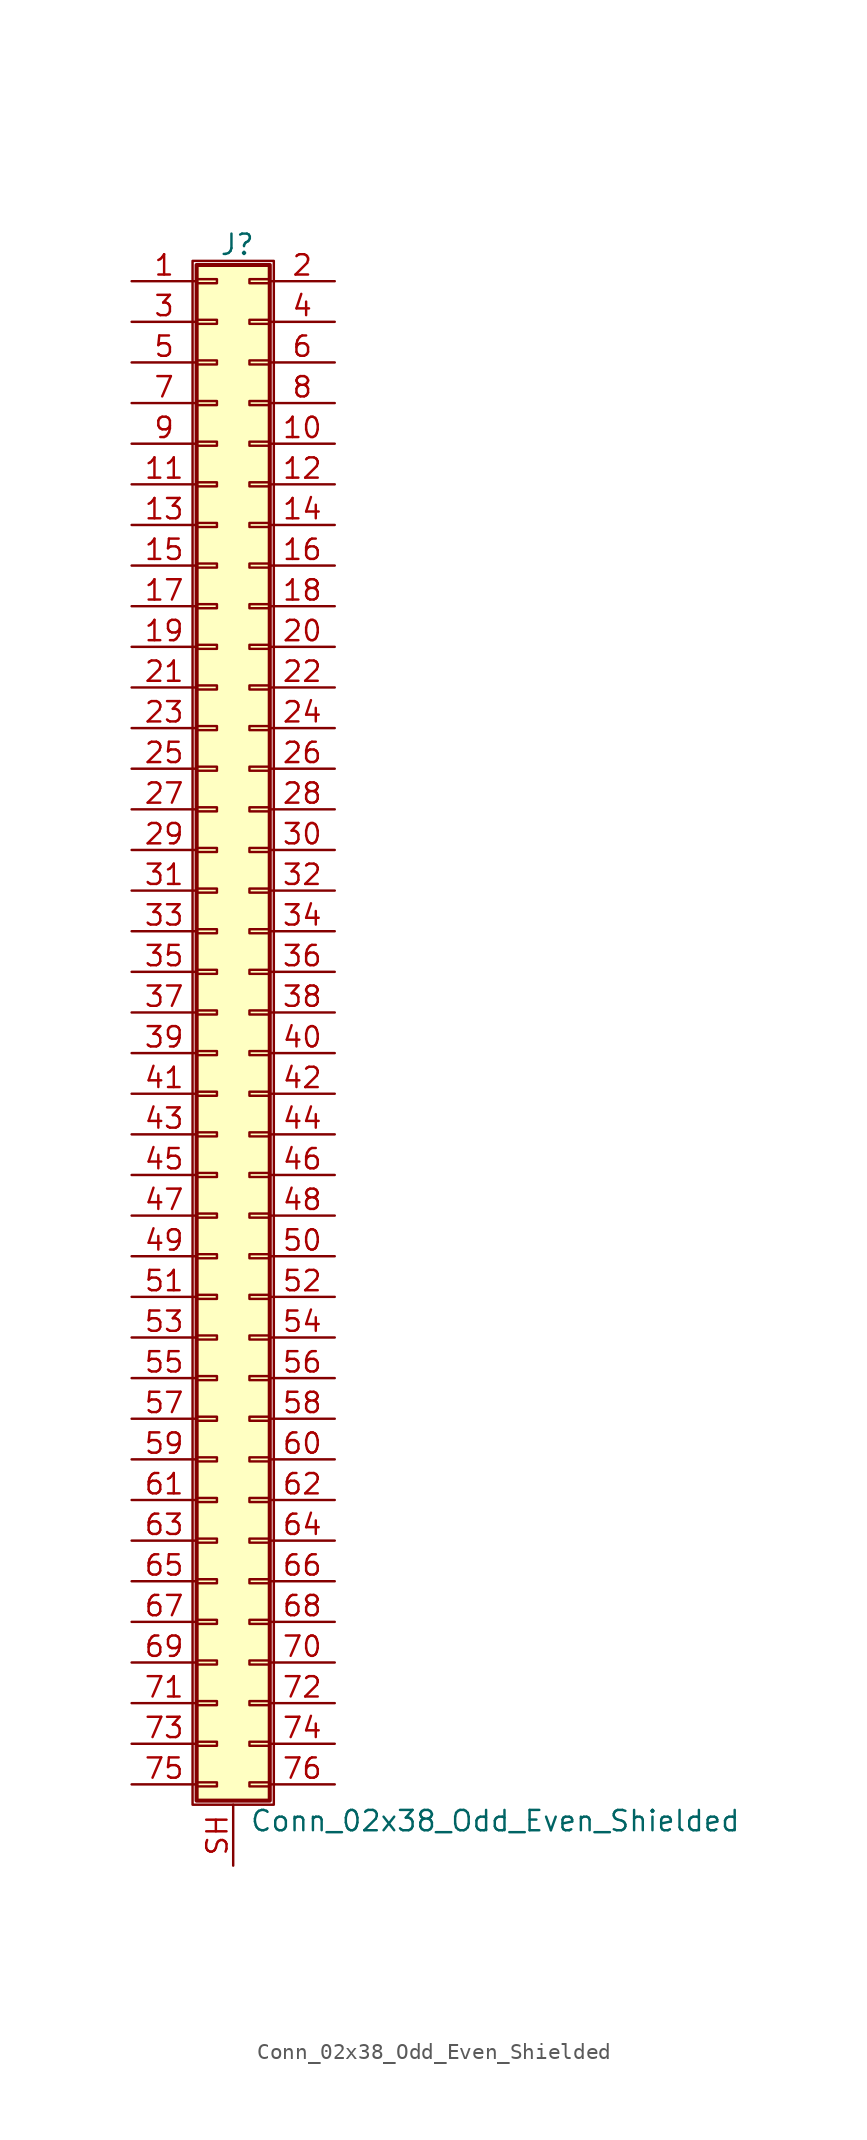
<source format=kicad_sym>
(kicad_symbol_lib
  (version 20201005)
  (generator kicad_symbol_editor)
  (symbol "Conn_02x38_Odd_Even_Shielded"
    (pin_names
      (offset 1.016) hide)
    (property "Reference" "J"
      (at 1.524 48.006 0)
      (effects (font (size 1.27 1.27))))
    (property "Value" "Conn_02x38_Odd_Even_Shielded"
      (at 2.286 -50.546 0)
      (effects (font (size 1.27 1.27)) (justify left)))
    (symbol "Conn_02x38_Odd_Even_Shielded_1_1"
      (rectangle (start -1.27 46.99) (end 3.81 -49.53) (stroke (width 0.152)) (fill (type none)))
      (rectangle (start -1.016 -48.133) (end 0.254 -48.387) (stroke (width 0.152)) (fill (type none)))
      (rectangle (start -1.016 -45.593) (end 0.254 -45.847) (stroke (width 0.152)) (fill (type none)))
      (rectangle (start -1.016 -43.053) (end 0.254 -43.307) (stroke (width 0.152)) (fill (type none)))
      (rectangle (start -1.016 -40.513) (end 0.254 -40.767) (stroke (width 0.152)) (fill (type none)))
      (rectangle (start -1.016 -37.973) (end 0.254 -38.227) (stroke (width 0.152)) (fill (type none)))
      (rectangle (start -1.016 -35.433) (end 0.254 -35.687) (stroke (width 0.152)) (fill (type none)))
      (rectangle (start -1.016 -32.893) (end 0.254 -33.147) (stroke (width 0.152)) (fill (type none)))
      (rectangle (start -1.016 -30.353) (end 0.254 -30.607) (stroke (width 0.152)) (fill (type none)))
      (rectangle (start -1.016 -27.813) (end 0.254 -28.067) (stroke (width 0.152)) (fill (type none)))
      (rectangle (start -1.016 -25.273) (end 0.254 -25.527) (stroke (width 0.152)) (fill (type none)))
      (rectangle (start -1.016 -22.733) (end 0.254 -22.987) (stroke (width 0.152)) (fill (type none)))
      (rectangle (start -1.016 -20.193) (end 0.254 -20.447) (stroke (width 0.152)) (fill (type none)))
      (rectangle (start -1.016 -17.653) (end 0.254 -17.907) (stroke (width 0.152)) (fill (type none)))
      (rectangle (start -1.016 -15.113) (end 0.254 -15.367) (stroke (width 0.152)) (fill (type none)))
      (rectangle (start -1.016 -12.573) (end 0.254 -12.827) (stroke (width 0.152)) (fill (type none)))
      (rectangle (start -1.016 -10.033) (end 0.254 -10.287) (stroke (width 0.152)) (fill (type none)))
      (rectangle (start -1.016 -7.493) (end 0.254 -7.747) (stroke (width 0.152)) (fill (type none)))
      (rectangle (start -1.016 -4.953) (end 0.254 -5.207) (stroke (width 0.152)) (fill (type none)))
      (rectangle (start -1.016 -2.413) (end 0.254 -2.667) (stroke (width 0.152)) (fill (type none)))
      (rectangle (start -1.016 0.127) (end 0.254 -0.127) (stroke (width 0.152)) (fill (type none)))
      (rectangle (start -1.016 2.667) (end 0.254 2.413) (stroke (width 0.152)) (fill (type none)))
      (rectangle (start -1.016 5.207) (end 0.254 4.953) (stroke (width 0.152)) (fill (type none)))
      (rectangle (start -1.016 7.747) (end 0.254 7.493) (stroke (width 0.152)) (fill (type none)))
      (rectangle (start -1.016 10.287) (end 0.254 10.033) (stroke (width 0.152)) (fill (type none)))
      (rectangle (start -1.016 12.827) (end 0.254 12.573) (stroke (width 0.152)) (fill (type none)))
      (rectangle (start -1.016 15.367) (end 0.254 15.113) (stroke (width 0.152)) (fill (type none)))
      (rectangle (start -1.016 17.907) (end 0.254 17.653) (stroke (width 0.152)) (fill (type none)))
      (rectangle (start -1.016 20.447) (end 0.254 20.193) (stroke (width 0.152)) (fill (type none)))
      (rectangle (start -1.016 22.987) (end 0.254 22.733) (stroke (width 0.152)) (fill (type none)))
      (rectangle (start -1.016 25.527) (end 0.254 25.273) (stroke (width 0.152)) (fill (type none)))
      (rectangle (start -1.016 28.067) (end 0.254 27.813) (stroke (width 0.152)) (fill (type none)))
      (rectangle (start -1.016 30.607) (end 0.254 30.353) (stroke (width 0.152)) (fill (type none)))
      (rectangle (start -1.016 33.147) (end 0.254 32.893) (stroke (width 0.152)) (fill (type none)))
      (rectangle (start -1.016 35.687) (end 0.254 35.433) (stroke (width 0.152)) (fill (type none)))
      (rectangle (start -1.016 38.227) (end 0.254 37.973) (stroke (width 0.152)) (fill (type none)))
      (rectangle (start -1.016 40.767) (end 0.254 40.513) (stroke (width 0.152)) (fill (type none)))
      (rectangle (start -1.016 43.307) (end 0.254 43.053) (stroke (width 0.152)) (fill (type none)))
      (rectangle (start -1.016 45.847) (end 0.254 45.593) (stroke (width 0.152)) (fill (type none)))
      (rectangle (start -1.016 46.736) (end 3.556 -49.276) (stroke (width 0.254)) (fill (type background)))
      (rectangle (start 3.556 -48.133) (end 2.286 -48.387) (stroke (width 0.152)) (fill (type none)))
      (rectangle (start 3.556 -45.593) (end 2.286 -45.847) (stroke (width 0.152)) (fill (type none)))
      (rectangle (start 3.556 -43.053) (end 2.286 -43.307) (stroke (width 0.152)) (fill (type none)))
      (rectangle (start 3.556 -40.513) (end 2.286 -40.767) (stroke (width 0.152)) (fill (type none)))
      (rectangle (start 3.556 -37.973) (end 2.286 -38.227) (stroke (width 0.152)) (fill (type none)))
      (rectangle (start 3.556 -35.433) (end 2.286 -35.687) (stroke (width 0.152)) (fill (type none)))
      (rectangle (start 3.556 -32.893) (end 2.286 -33.147) (stroke (width 0.152)) (fill (type none)))
      (rectangle (start 3.556 -30.353) (end 2.286 -30.607) (stroke (width 0.152)) (fill (type none)))
      (rectangle (start 3.556 -27.813) (end 2.286 -28.067) (stroke (width 0.152)) (fill (type none)))
      (rectangle (start 3.556 -25.273) (end 2.286 -25.527) (stroke (width 0.152)) (fill (type none)))
      (rectangle (start 3.556 -22.733) (end 2.286 -22.987) (stroke (width 0.152)) (fill (type none)))
      (rectangle (start 3.556 -20.193) (end 2.286 -20.447) (stroke (width 0.152)) (fill (type none)))
      (rectangle (start 3.556 -17.653) (end 2.286 -17.907) (stroke (width 0.152)) (fill (type none)))
      (rectangle (start 3.556 -15.113) (end 2.286 -15.367) (stroke (width 0.152)) (fill (type none)))
      (rectangle (start 3.556 -12.573) (end 2.286 -12.827) (stroke (width 0.152)) (fill (type none)))
      (rectangle (start 3.556 -10.033) (end 2.286 -10.287) (stroke (width 0.152)) (fill (type none)))
      (rectangle (start 3.556 -7.493) (end 2.286 -7.747) (stroke (width 0.152)) (fill (type none)))
      (rectangle (start 3.556 -4.953) (end 2.286 -5.207) (stroke (width 0.152)) (fill (type none)))
      (rectangle (start 3.556 -2.413) (end 2.286 -2.667) (stroke (width 0.152)) (fill (type none)))
      (rectangle (start 3.556 0.127) (end 2.286 -0.127) (stroke (width 0.152)) (fill (type none)))
      (rectangle (start 3.556 2.667) (end 2.286 2.413) (stroke (width 0.152)) (fill (type none)))
      (rectangle (start 3.556 5.207) (end 2.286 4.953) (stroke (width 0.152)) (fill (type none)))
      (rectangle (start 3.556 7.747) (end 2.286 7.493) (stroke (width 0.152)) (fill (type none)))
      (rectangle (start 3.556 10.287) (end 2.286 10.033) (stroke (width 0.152)) (fill (type none)))
      (rectangle (start 3.556 12.827) (end 2.286 12.573) (stroke (width 0.152)) (fill (type none)))
      (rectangle (start 3.556 15.367) (end 2.286 15.113) (stroke (width 0.152)) (fill (type none)))
      (rectangle (start 3.556 17.907) (end 2.286 17.653) (stroke (width 0.152)) (fill (type none)))
      (rectangle (start 3.556 20.447) (end 2.286 20.193) (stroke (width 0.152)) (fill (type none)))
      (rectangle (start 3.556 22.987) (end 2.286 22.733) (stroke (width 0.152)) (fill (type none)))
      (rectangle (start 3.556 25.527) (end 2.286 25.273) (stroke (width 0.152)) (fill (type none)))
      (rectangle (start 3.556 28.067) (end 2.286 27.813) (stroke (width 0.152)) (fill (type none)))
      (rectangle (start 3.556 30.607) (end 2.286 30.353) (stroke (width 0.152)) (fill (type none)))
      (rectangle (start 3.556 33.147) (end 2.286 32.893) (stroke (width 0.152)) (fill (type none)))
      (rectangle (start 3.556 35.687) (end 2.286 35.433) (stroke (width 0.152)) (fill (type none)))
      (rectangle (start 3.556 38.227) (end 2.286 37.973) (stroke (width 0.152)) (fill (type none)))
      (rectangle (start 3.556 40.767) (end 2.286 40.513) (stroke (width 0.152)) (fill (type none)))
      (rectangle (start 3.556 43.307) (end 2.286 43.053) (stroke (width 0.152)) (fill (type none)))
      (rectangle (start 3.556 45.847) (end 2.286 45.593) (stroke (width 0.152)) (fill (type none)))
      (pin passive line (at -5.08 45.72 0) (length 4.064) (name "Pin_1" (effects (font (size 1.27 1.27)))) (number "1" (effects (font (size 1.27 1.27)))))
      (pin passive line (at 7.62 35.56 180) (length 4.064) (name "Pin_10" (effects (font (size 1.27 1.27)))) (number "10" (effects (font (size 1.27 1.27)))))
      (pin passive line (at -5.08 33.02 0) (length 4.064) (name "Pin_11" (effects (font (size 1.27 1.27)))) (number "11" (effects (font (size 1.27 1.27)))))
      (pin passive line (at 7.62 33.02 180) (length 4.064) (name "Pin_12" (effects (font (size 1.27 1.27)))) (number "12" (effects (font (size 1.27 1.27)))))
      (pin passive line (at -5.08 30.48 0) (length 4.064) (name "Pin_13" (effects (font (size 1.27 1.27)))) (number "13" (effects (font (size 1.27 1.27)))))
      (pin passive line (at 7.62 30.48 180) (length 4.064) (name "Pin_14" (effects (font (size 1.27 1.27)))) (number "14" (effects (font (size 1.27 1.27)))))
      (pin passive line (at -5.08 27.94 0) (length 4.064) (name "Pin_15" (effects (font (size 1.27 1.27)))) (number "15" (effects (font (size 1.27 1.27)))))
      (pin passive line (at 7.62 27.94 180) (length 4.064) (name "Pin_16" (effects (font (size 1.27 1.27)))) (number "16" (effects (font (size 1.27 1.27)))))
      (pin passive line (at -5.08 25.4 0) (length 4.064) (name "Pin_17" (effects (font (size 1.27 1.27)))) (number "17" (effects (font (size 1.27 1.27)))))
      (pin passive line (at 7.62 25.4 180) (length 4.064) (name "Pin_18" (effects (font (size 1.27 1.27)))) (number "18" (effects (font (size 1.27 1.27)))))
      (pin passive line (at -5.08 22.86 0) (length 4.064) (name "Pin_19" (effects (font (size 1.27 1.27)))) (number "19" (effects (font (size 1.27 1.27)))))
      (pin passive line (at 7.62 45.72 180) (length 4.064) (name "Pin_2" (effects (font (size 1.27 1.27)))) (number "2" (effects (font (size 1.27 1.27)))))
      (pin passive line (at 7.62 22.86 180) (length 4.064) (name "Pin_20" (effects (font (size 1.27 1.27)))) (number "20" (effects (font (size 1.27 1.27)))))
      (pin passive line (at -5.08 20.32 0) (length 4.064) (name "Pin_21" (effects (font (size 1.27 1.27)))) (number "21" (effects (font (size 1.27 1.27)))))
      (pin passive line (at 7.62 20.32 180) (length 4.064) (name "Pin_22" (effects (font (size 1.27 1.27)))) (number "22" (effects (font (size 1.27 1.27)))))
      (pin passive line (at -5.08 17.78 0) (length 4.064) (name "Pin_23" (effects (font (size 1.27 1.27)))) (number "23" (effects (font (size 1.27 1.27)))))
      (pin passive line (at 7.62 17.78 180) (length 4.064) (name "Pin_24" (effects (font (size 1.27 1.27)))) (number "24" (effects (font (size 1.27 1.27)))))
      (pin passive line (at -5.08 15.24 0) (length 4.064) (name "Pin_25" (effects (font (size 1.27 1.27)))) (number "25" (effects (font (size 1.27 1.27)))))
      (pin passive line (at 7.62 15.24 180) (length 4.064) (name "Pin_26" (effects (font (size 1.27 1.27)))) (number "26" (effects (font (size 1.27 1.27)))))
      (pin passive line (at -5.08 12.7 0) (length 4.064) (name "Pin_27" (effects (font (size 1.27 1.27)))) (number "27" (effects (font (size 1.27 1.27)))))
      (pin passive line (at 7.62 12.7 180) (length 4.064) (name "Pin_28" (effects (font (size 1.27 1.27)))) (number "28" (effects (font (size 1.27 1.27)))))
      (pin passive line (at -5.08 10.16 0) (length 4.064) (name "Pin_29" (effects (font (size 1.27 1.27)))) (number "29" (effects (font (size 1.27 1.27)))))
      (pin passive line (at -5.08 43.18 0) (length 4.064) (name "Pin_3" (effects (font (size 1.27 1.27)))) (number "3" (effects (font (size 1.27 1.27)))))
      (pin passive line (at 7.62 10.16 180) (length 4.064) (name "Pin_30" (effects (font (size 1.27 1.27)))) (number "30" (effects (font (size 1.27 1.27)))))
      (pin passive line (at -5.08 7.62 0) (length 4.064) (name "Pin_31" (effects (font (size 1.27 1.27)))) (number "31" (effects (font (size 1.27 1.27)))))
      (pin passive line (at 7.62 7.62 180) (length 4.064) (name "Pin_32" (effects (font (size 1.27 1.27)))) (number "32" (effects (font (size 1.27 1.27)))))
      (pin passive line (at -5.08 5.08 0) (length 4.064) (name "Pin_33" (effects (font (size 1.27 1.27)))) (number "33" (effects (font (size 1.27 1.27)))))
      (pin passive line (at 7.62 5.08 180) (length 4.064) (name "Pin_34" (effects (font (size 1.27 1.27)))) (number "34" (effects (font (size 1.27 1.27)))))
      (pin passive line (at -5.08 2.54 0) (length 4.064) (name "Pin_35" (effects (font (size 1.27 1.27)))) (number "35" (effects (font (size 1.27 1.27)))))
      (pin passive line (at 7.62 2.54 180) (length 4.064) (name "Pin_36" (effects (font (size 1.27 1.27)))) (number "36" (effects (font (size 1.27 1.27)))))
      (pin passive line (at -5.08 0 0) (length 4.064) (name "Pin_37" (effects (font (size 1.27 1.27)))) (number "37" (effects (font (size 1.27 1.27)))))
      (pin passive line (at 7.62 0 180) (length 4.064) (name "Pin_38" (effects (font (size 1.27 1.27)))) (number "38" (effects (font (size 1.27 1.27)))))
      (pin passive line (at -5.08 -2.54 0) (length 4.064) (name "Pin_39" (effects (font (size 1.27 1.27)))) (number "39" (effects (font (size 1.27 1.27)))))
      (pin passive line (at 7.62 43.18 180) (length 4.064) (name "Pin_4" (effects (font (size 1.27 1.27)))) (number "4" (effects (font (size 1.27 1.27)))))
      (pin passive line (at 7.62 -2.54 180) (length 4.064) (name "Pin_40" (effects (font (size 1.27 1.27)))) (number "40" (effects (font (size 1.27 1.27)))))
      (pin passive line (at -5.08 -5.08 0) (length 4.064) (name "Pin_41" (effects (font (size 1.27 1.27)))) (number "41" (effects (font (size 1.27 1.27)))))
      (pin passive line (at 7.62 -5.08 180) (length 4.064) (name "Pin_42" (effects (font (size 1.27 1.27)))) (number "42" (effects (font (size 1.27 1.27)))))
      (pin passive line (at -5.08 -7.62 0) (length 4.064) (name "Pin_43" (effects (font (size 1.27 1.27)))) (number "43" (effects (font (size 1.27 1.27)))))
      (pin passive line (at 7.62 -7.62 180) (length 4.064) (name "Pin_44" (effects (font (size 1.27 1.27)))) (number "44" (effects (font (size 1.27 1.27)))))
      (pin passive line (at -5.08 -10.16 0) (length 4.064) (name "Pin_45" (effects (font (size 1.27 1.27)))) (number "45" (effects (font (size 1.27 1.27)))))
      (pin passive line (at 7.62 -10.16 180) (length 4.064) (name "Pin_46" (effects (font (size 1.27 1.27)))) (number "46" (effects (font (size 1.27 1.27)))))
      (pin passive line (at -5.08 -12.7 0) (length 4.064) (name "Pin_47" (effects (font (size 1.27 1.27)))) (number "47" (effects (font (size 1.27 1.27)))))
      (pin passive line (at 7.62 -12.7 180) (length 4.064) (name "Pin_48" (effects (font (size 1.27 1.27)))) (number "48" (effects (font (size 1.27 1.27)))))
      (pin passive line (at -5.08 -15.24 0) (length 4.064) (name "Pin_49" (effects (font (size 1.27 1.27)))) (number "49" (effects (font (size 1.27 1.27)))))
      (pin passive line (at -5.08 40.64 0) (length 4.064) (name "Pin_5" (effects (font (size 1.27 1.27)))) (number "5" (effects (font (size 1.27 1.27)))))
      (pin passive line (at 7.62 -15.24 180) (length 4.064) (name "Pin_50" (effects (font (size 1.27 1.27)))) (number "50" (effects (font (size 1.27 1.27)))))
      (pin passive line (at -5.08 -17.78 0) (length 4.064) (name "Pin_51" (effects (font (size 1.27 1.27)))) (number "51" (effects (font (size 1.27 1.27)))))
      (pin passive line (at 7.62 -17.78 180) (length 4.064) (name "Pin_52" (effects (font (size 1.27 1.27)))) (number "52" (effects (font (size 1.27 1.27)))))
      (pin passive line (at -5.08 -20.32 0) (length 4.064) (name "Pin_53" (effects (font (size 1.27 1.27)))) (number "53" (effects (font (size 1.27 1.27)))))
      (pin passive line (at 7.62 -20.32 180) (length 4.064) (name "Pin_54" (effects (font (size 1.27 1.27)))) (number "54" (effects (font (size 1.27 1.27)))))
      (pin passive line (at -5.08 -22.86 0) (length 4.064) (name "Pin_55" (effects (font (size 1.27 1.27)))) (number "55" (effects (font (size 1.27 1.27)))))
      (pin passive line (at 7.62 -22.86 180) (length 4.064) (name "Pin_56" (effects (font (size 1.27 1.27)))) (number "56" (effects (font (size 1.27 1.27)))))
      (pin passive line (at -5.08 -25.4 0) (length 4.064) (name "Pin_57" (effects (font (size 1.27 1.27)))) (number "57" (effects (font (size 1.27 1.27)))))
      (pin passive line (at 7.62 -25.4 180) (length 4.064) (name "Pin_58" (effects (font (size 1.27 1.27)))) (number "58" (effects (font (size 1.27 1.27)))))
      (pin passive line (at -5.08 -27.94 0) (length 4.064) (name "Pin_59" (effects (font (size 1.27 1.27)))) (number "59" (effects (font (size 1.27 1.27)))))
      (pin passive line (at 7.62 40.64 180) (length 4.064) (name "Pin_6" (effects (font (size 1.27 1.27)))) (number "6" (effects (font (size 1.27 1.27)))))
      (pin passive line (at 7.62 -27.94 180) (length 4.064) (name "Pin_60" (effects (font (size 1.27 1.27)))) (number "60" (effects (font (size 1.27 1.27)))))
      (pin passive line (at -5.08 -30.48 0) (length 4.064) (name "Pin_61" (effects (font (size 1.27 1.27)))) (number "61" (effects (font (size 1.27 1.27)))))
      (pin passive line (at 7.62 -30.48 180) (length 4.064) (name "Pin_62" (effects (font (size 1.27 1.27)))) (number "62" (effects (font (size 1.27 1.27)))))
      (pin passive line (at -5.08 -33.02 0) (length 4.064) (name "Pin_63" (effects (font (size 1.27 1.27)))) (number "63" (effects (font (size 1.27 1.27)))))
      (pin passive line (at 7.62 -33.02 180) (length 4.064) (name "Pin_64" (effects (font (size 1.27 1.27)))) (number "64" (effects (font (size 1.27 1.27)))))
      (pin passive line (at -5.08 -35.56 0) (length 4.064) (name "Pin_65" (effects (font (size 1.27 1.27)))) (number "65" (effects (font (size 1.27 1.27)))))
      (pin passive line (at 7.62 -35.56 180) (length 4.064) (name "Pin_66" (effects (font (size 1.27 1.27)))) (number "66" (effects (font (size 1.27 1.27)))))
      (pin passive line (at -5.08 -38.1 0) (length 4.064) (name "Pin_67" (effects (font (size 1.27 1.27)))) (number "67" (effects (font (size 1.27 1.27)))))
      (pin passive line (at 7.62 -38.1 180) (length 4.064) (name "Pin_68" (effects (font (size 1.27 1.27)))) (number "68" (effects (font (size 1.27 1.27)))))
      (pin passive line (at -5.08 -40.64 0) (length 4.064) (name "Pin_69" (effects (font (size 1.27 1.27)))) (number "69" (effects (font (size 1.27 1.27)))))
      (pin passive line (at -5.08 38.1 0) (length 4.064) (name "Pin_7" (effects (font (size 1.27 1.27)))) (number "7" (effects (font (size 1.27 1.27)))))
      (pin passive line (at 7.62 -40.64 180) (length 4.064) (name "Pin_70" (effects (font (size 1.27 1.27)))) (number "70" (effects (font (size 1.27 1.27)))))
      (pin passive line (at -5.08 -43.18 0) (length 4.064) (name "Pin_71" (effects (font (size 1.27 1.27)))) (number "71" (effects (font (size 1.27 1.27)))))
      (pin passive line (at 7.62 -43.18 180) (length 4.064) (name "Pin_72" (effects (font (size 1.27 1.27)))) (number "72" (effects (font (size 1.27 1.27)))))
      (pin passive line (at -5.08 -45.72 0) (length 4.064) (name "Pin_73" (effects (font (size 1.27 1.27)))) (number "73" (effects (font (size 1.27 1.27)))))
      (pin passive line (at 7.62 -45.72 180) (length 4.064) (name "Pin_74" (effects (font (size 1.27 1.27)))) (number "74" (effects (font (size 1.27 1.27)))))
      (pin passive line (at -5.08 -48.26 0) (length 4.064) (name "Pin_75" (effects (font (size 1.27 1.27)))) (number "75" (effects (font (size 1.27 1.27)))))
      (pin passive line (at 7.62 -48.26 180) (length 4.064) (name "Pin_76" (effects (font (size 1.27 1.27)))) (number "76" (effects (font (size 1.27 1.27)))))
      (pin passive line (at 7.62 38.1 180) (length 4.064) (name "Pin_8" (effects (font (size 1.27 1.27)))) (number "8" (effects (font (size 1.27 1.27)))))
      (pin passive line (at -5.08 35.56 0) (length 4.064) (name "Pin_9" (effects (font (size 1.27 1.27)))) (number "9" (effects (font (size 1.27 1.27)))))
      (pin passive line (at 1.27 -53.34 90) (length 3.81) (name "Shield" (effects (font (size 1.27 1.27)))) (number "SH" (effects (font (size 1.27 1.27))))))))
</source>
